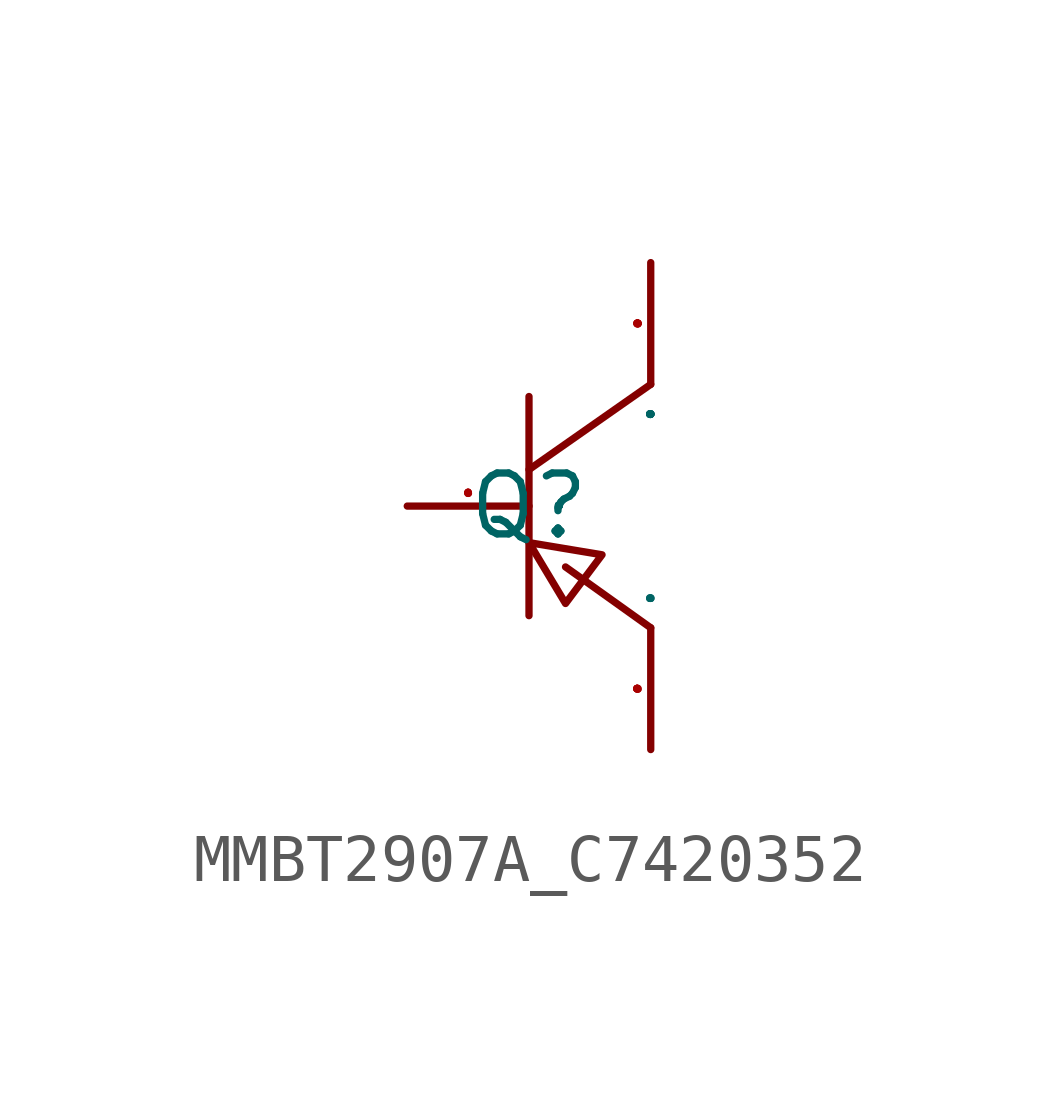
<source format=kicad_sym>
(kicad_symbol_lib
  (version 20241209)
  (generator "kicad_symbol_editor")
  (generator_version "9.0")
  (symbol "MMBT2907A_C7420352"
    (property "Reference" "Q"
      (at 0 0 0)
      (effects (font (size 1.27 1.27))))
    (property "Value" ""
      (at 0 0 0)
      (effects (font (size 1.27 1.27))))
    (symbol "MMBT2907A_C7420352_1_0"
      (polyline (pts (xy 0 2.286) (xy 0 -2.286)) (stroke (width 0) (type default)) (fill (type none)))
      (polyline (pts (xy 0 -0.762) (xy 1.524 -1.016) (xy 1.524 -1.016) (xy 0.762 -2.032) (xy 0.762 -2.032) (xy 0 -0.762)) (stroke (width 0) (type default)) (fill (type none)))
      (polyline (pts (xy 0.762 -1.27) (xy 2.54 -2.54)) (stroke (width 0) (type default)) (fill (type none)))
      (polyline (pts (xy 2.54 2.54) (xy 0 0.762)) (stroke (width 0) (type default)) (fill (type none)))
      (pin unspecified line (at -2.54 0 0) (length 2.54) (name "B" (effects (font (size 0.025 0.025)))) (number "1" (effects (font (size 0.025 0.025)))))
      (pin unspecified line (at 2.54 5.08 270) (length 2.54) (name "C" (effects (font (size 0.025 0.025)))) (number "3" (effects (font (size 0.025 0.025)))))
      (pin unspecified line (at 2.54 -5.08 90) (length 2.54) (name "E" (effects (font (size 0.025 0.025)))) (number "2" (effects (font (size 0.025 0.025))))))))
</source>
